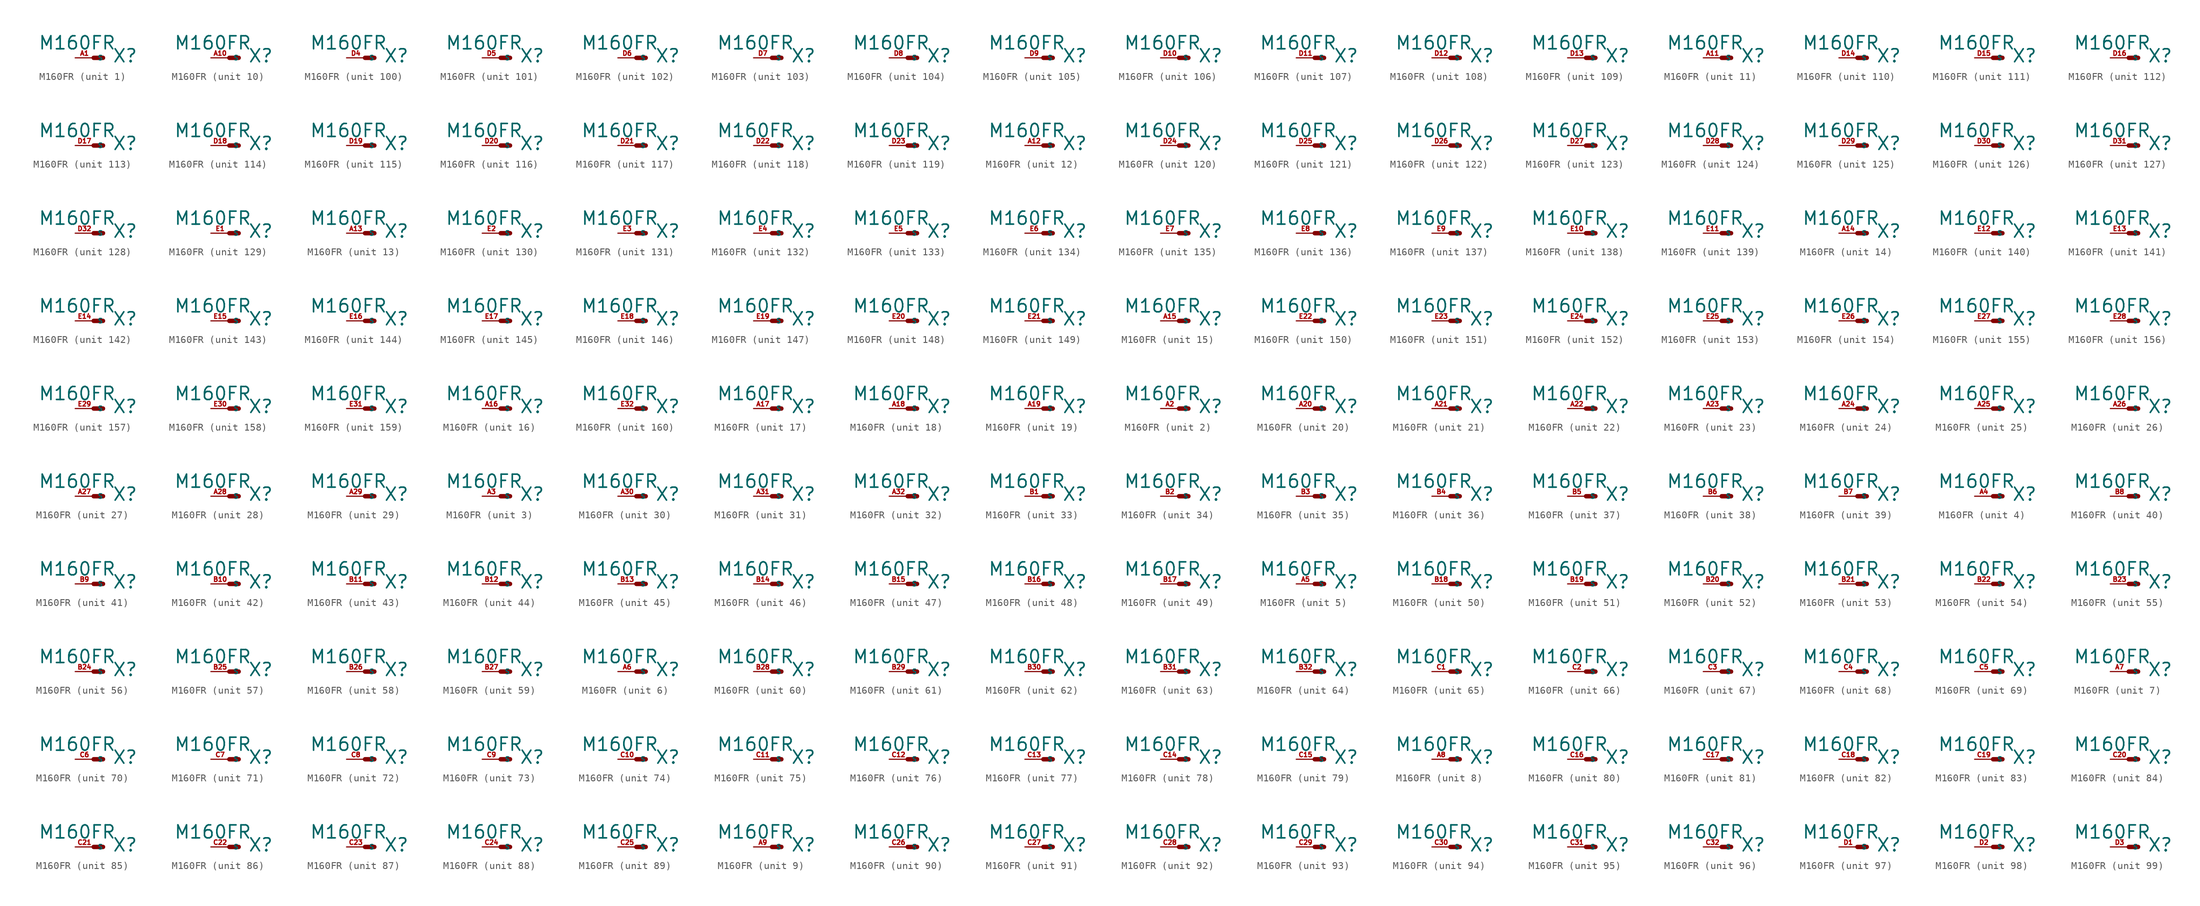
<source format=kicad_sym>
(kicad_symbol_lib
  (version 20220914)
  (generator Eagle2Kicad)
  (symbol "M160FR"
    (property "Reference" "X"
      (at 2.54 -0.762 0)
      (effects (font (size 1.778 1.778) (thickness 0.22)) (justify left bottom)))
    (property "Value" "M160FR"
      (at -7.62 1.016 0)
      (effects (font (size 1.778 1.778) (thickness 0.22)) (justify left bottom)))
    (symbol "M160FR_1_0"
      (polyline (pts (xy 0 0) (xy 1.27 0)) (stroke (width 0.61) (type default)) (fill (type none)))
      (pin passive line (at -2.54 0 0) (length 2.54) (name "S" (effects (font (size 0.635 0.635) (thickness 0.08)) (justify left bottom))) (number "A1" (effects (font (size 0.635 0.635) (thickness 0.08)) (justify left bottom)))))
    (symbol "M160FR_2_0"
      (polyline (pts (xy 0 0) (xy 1.27 0)) (stroke (width 0.61) (type default)) (fill (type none)))
      (pin passive line (at -2.54 0 0) (length 2.54) (name "S" (effects (font (size 0.635 0.635) (thickness 0.08)) (justify left bottom))) (number "A2" (effects (font (size 0.635 0.635) (thickness 0.08)) (justify left bottom)))))
    (symbol "M160FR_3_0"
      (polyline (pts (xy 0 0) (xy 1.27 0)) (stroke (width 0.61) (type default)) (fill (type none)))
      (pin passive line (at -2.54 0 0) (length 2.54) (name "S" (effects (font (size 0.635 0.635) (thickness 0.08)) (justify left bottom))) (number "A3" (effects (font (size 0.635 0.635) (thickness 0.08)) (justify left bottom)))))
    (symbol "M160FR_4_0"
      (polyline (pts (xy 0 0) (xy 1.27 0)) (stroke (width 0.61) (type default)) (fill (type none)))
      (pin passive line (at -2.54 0 0) (length 2.54) (name "S" (effects (font (size 0.635 0.635) (thickness 0.08)) (justify left bottom))) (number "A4" (effects (font (size 0.635 0.635) (thickness 0.08)) (justify left bottom)))))
    (symbol "M160FR_5_0"
      (polyline (pts (xy 0 0) (xy 1.27 0)) (stroke (width 0.61) (type default)) (fill (type none)))
      (pin passive line (at -2.54 0 0) (length 2.54) (name "S" (effects (font (size 0.635 0.635) (thickness 0.08)) (justify left bottom))) (number "A5" (effects (font (size 0.635 0.635) (thickness 0.08)) (justify left bottom)))))
    (symbol "M160FR_6_0"
      (polyline (pts (xy 0 0) (xy 1.27 0)) (stroke (width 0.61) (type default)) (fill (type none)))
      (pin passive line (at -2.54 0 0) (length 2.54) (name "S" (effects (font (size 0.635 0.635) (thickness 0.08)) (justify left bottom))) (number "A6" (effects (font (size 0.635 0.635) (thickness 0.08)) (justify left bottom)))))
    (symbol "M160FR_7_0"
      (polyline (pts (xy 0 0) (xy 1.27 0)) (stroke (width 0.61) (type default)) (fill (type none)))
      (pin passive line (at -2.54 0 0) (length 2.54) (name "S" (effects (font (size 0.635 0.635) (thickness 0.08)) (justify left bottom))) (number "A7" (effects (font (size 0.635 0.635) (thickness 0.08)) (justify left bottom)))))
    (symbol "M160FR_8_0"
      (polyline (pts (xy 0 0) (xy 1.27 0)) (stroke (width 0.61) (type default)) (fill (type none)))
      (pin passive line (at -2.54 0 0) (length 2.54) (name "S" (effects (font (size 0.635 0.635) (thickness 0.08)) (justify left bottom))) (number "A8" (effects (font (size 0.635 0.635) (thickness 0.08)) (justify left bottom)))))
    (symbol "M160FR_9_0"
      (polyline (pts (xy 0 0) (xy 1.27 0)) (stroke (width 0.61) (type default)) (fill (type none)))
      (pin passive line (at -2.54 0 0) (length 2.54) (name "S" (effects (font (size 0.635 0.635) (thickness 0.08)) (justify left bottom))) (number "A9" (effects (font (size 0.635 0.635) (thickness 0.08)) (justify left bottom)))))
    (symbol "M160FR_10_0"
      (polyline (pts (xy 0 0) (xy 1.27 0)) (stroke (width 0.61) (type default)) (fill (type none)))
      (pin passive line (at -2.54 0 0) (length 2.54) (name "S" (effects (font (size 0.635 0.635) (thickness 0.08)) (justify left bottom))) (number "A10" (effects (font (size 0.635 0.635) (thickness 0.08)) (justify left bottom)))))
    (symbol "M160FR_11_0"
      (polyline (pts (xy 0 0) (xy 1.27 0)) (stroke (width 0.61) (type default)) (fill (type none)))
      (pin passive line (at -2.54 0 0) (length 2.54) (name "S" (effects (font (size 0.635 0.635) (thickness 0.08)) (justify left bottom))) (number "A11" (effects (font (size 0.635 0.635) (thickness 0.08)) (justify left bottom)))))
    (symbol "M160FR_12_0"
      (polyline (pts (xy 0 0) (xy 1.27 0)) (stroke (width 0.61) (type default)) (fill (type none)))
      (pin passive line (at -2.54 0 0) (length 2.54) (name "S" (effects (font (size 0.635 0.635) (thickness 0.08)) (justify left bottom))) (number "A12" (effects (font (size 0.635 0.635) (thickness 0.08)) (justify left bottom)))))
    (symbol "M160FR_13_0"
      (polyline (pts (xy 0 0) (xy 1.27 0)) (stroke (width 0.61) (type default)) (fill (type none)))
      (pin passive line (at -2.54 0 0) (length 2.54) (name "S" (effects (font (size 0.635 0.635) (thickness 0.08)) (justify left bottom))) (number "A13" (effects (font (size 0.635 0.635) (thickness 0.08)) (justify left bottom)))))
    (symbol "M160FR_14_0"
      (polyline (pts (xy 0 0) (xy 1.27 0)) (stroke (width 0.61) (type default)) (fill (type none)))
      (pin passive line (at -2.54 0 0) (length 2.54) (name "S" (effects (font (size 0.635 0.635) (thickness 0.08)) (justify left bottom))) (number "A14" (effects (font (size 0.635 0.635) (thickness 0.08)) (justify left bottom)))))
    (symbol "M160FR_15_0"
      (polyline (pts (xy 0 0) (xy 1.27 0)) (stroke (width 0.61) (type default)) (fill (type none)))
      (pin passive line (at -2.54 0 0) (length 2.54) (name "S" (effects (font (size 0.635 0.635) (thickness 0.08)) (justify left bottom))) (number "A15" (effects (font (size 0.635 0.635) (thickness 0.08)) (justify left bottom)))))
    (symbol "M160FR_16_0"
      (polyline (pts (xy 0 0) (xy 1.27 0)) (stroke (width 0.61) (type default)) (fill (type none)))
      (pin passive line (at -2.54 0 0) (length 2.54) (name "S" (effects (font (size 0.635 0.635) (thickness 0.08)) (justify left bottom))) (number "A16" (effects (font (size 0.635 0.635) (thickness 0.08)) (justify left bottom)))))
    (symbol "M160FR_17_0"
      (polyline (pts (xy 0 0) (xy 1.27 0)) (stroke (width 0.61) (type default)) (fill (type none)))
      (pin passive line (at -2.54 0 0) (length 2.54) (name "S" (effects (font (size 0.635 0.635) (thickness 0.08)) (justify left bottom))) (number "A17" (effects (font (size 0.635 0.635) (thickness 0.08)) (justify left bottom)))))
    (symbol "M160FR_18_0"
      (polyline (pts (xy 0 0) (xy 1.27 0)) (stroke (width 0.61) (type default)) (fill (type none)))
      (pin passive line (at -2.54 0 0) (length 2.54) (name "S" (effects (font (size 0.635 0.635) (thickness 0.08)) (justify left bottom))) (number "A18" (effects (font (size 0.635 0.635) (thickness 0.08)) (justify left bottom)))))
    (symbol "M160FR_19_0"
      (polyline (pts (xy 0 0) (xy 1.27 0)) (stroke (width 0.61) (type default)) (fill (type none)))
      (pin passive line (at -2.54 0 0) (length 2.54) (name "S" (effects (font (size 0.635 0.635) (thickness 0.08)) (justify left bottom))) (number "A19" (effects (font (size 0.635 0.635) (thickness 0.08)) (justify left bottom)))))
    (symbol "M160FR_20_0"
      (polyline (pts (xy 0 0) (xy 1.27 0)) (stroke (width 0.61) (type default)) (fill (type none)))
      (pin passive line (at -2.54 0 0) (length 2.54) (name "S" (effects (font (size 0.635 0.635) (thickness 0.08)) (justify left bottom))) (number "A20" (effects (font (size 0.635 0.635) (thickness 0.08)) (justify left bottom)))))
    (symbol "M160FR_21_0"
      (polyline (pts (xy 0 0) (xy 1.27 0)) (stroke (width 0.61) (type default)) (fill (type none)))
      (pin passive line (at -2.54 0 0) (length 2.54) (name "S" (effects (font (size 0.635 0.635) (thickness 0.08)) (justify left bottom))) (number "A21" (effects (font (size 0.635 0.635) (thickness 0.08)) (justify left bottom)))))
    (symbol "M160FR_22_0"
      (polyline (pts (xy 0 0) (xy 1.27 0)) (stroke (width 0.61) (type default)) (fill (type none)))
      (pin passive line (at -2.54 0 0) (length 2.54) (name "S" (effects (font (size 0.635 0.635) (thickness 0.08)) (justify left bottom))) (number "A22" (effects (font (size 0.635 0.635) (thickness 0.08)) (justify left bottom)))))
    (symbol "M160FR_23_0"
      (polyline (pts (xy 0 0) (xy 1.27 0)) (stroke (width 0.61) (type default)) (fill (type none)))
      (pin passive line (at -2.54 0 0) (length 2.54) (name "S" (effects (font (size 0.635 0.635) (thickness 0.08)) (justify left bottom))) (number "A23" (effects (font (size 0.635 0.635) (thickness 0.08)) (justify left bottom)))))
    (symbol "M160FR_24_0"
      (polyline (pts (xy 0 0) (xy 1.27 0)) (stroke (width 0.61) (type default)) (fill (type none)))
      (pin passive line (at -2.54 0 0) (length 2.54) (name "S" (effects (font (size 0.635 0.635) (thickness 0.08)) (justify left bottom))) (number "A24" (effects (font (size 0.635 0.635) (thickness 0.08)) (justify left bottom)))))
    (symbol "M160FR_25_0"
      (polyline (pts (xy 0 0) (xy 1.27 0)) (stroke (width 0.61) (type default)) (fill (type none)))
      (pin passive line (at -2.54 0 0) (length 2.54) (name "S" (effects (font (size 0.635 0.635) (thickness 0.08)) (justify left bottom))) (number "A25" (effects (font (size 0.635 0.635) (thickness 0.08)) (justify left bottom)))))
    (symbol "M160FR_26_0"
      (polyline (pts (xy 0 0) (xy 1.27 0)) (stroke (width 0.61) (type default)) (fill (type none)))
      (pin passive line (at -2.54 0 0) (length 2.54) (name "S" (effects (font (size 0.635 0.635) (thickness 0.08)) (justify left bottom))) (number "A26" (effects (font (size 0.635 0.635) (thickness 0.08)) (justify left bottom)))))
    (symbol "M160FR_27_0"
      (polyline (pts (xy 0 0) (xy 1.27 0)) (stroke (width 0.61) (type default)) (fill (type none)))
      (pin passive line (at -2.54 0 0) (length 2.54) (name "S" (effects (font (size 0.635 0.635) (thickness 0.08)) (justify left bottom))) (number "A27" (effects (font (size 0.635 0.635) (thickness 0.08)) (justify left bottom)))))
    (symbol "M160FR_28_0"
      (polyline (pts (xy 0 0) (xy 1.27 0)) (stroke (width 0.61) (type default)) (fill (type none)))
      (pin passive line (at -2.54 0 0) (length 2.54) (name "S" (effects (font (size 0.635 0.635) (thickness 0.08)) (justify left bottom))) (number "A28" (effects (font (size 0.635 0.635) (thickness 0.08)) (justify left bottom)))))
    (symbol "M160FR_29_0"
      (polyline (pts (xy 0 0) (xy 1.27 0)) (stroke (width 0.61) (type default)) (fill (type none)))
      (pin passive line (at -2.54 0 0) (length 2.54) (name "S" (effects (font (size 0.635 0.635) (thickness 0.08)) (justify left bottom))) (number "A29" (effects (font (size 0.635 0.635) (thickness 0.08)) (justify left bottom)))))
    (symbol "M160FR_30_0"
      (polyline (pts (xy 0 0) (xy 1.27 0)) (stroke (width 0.61) (type default)) (fill (type none)))
      (pin passive line (at -2.54 0 0) (length 2.54) (name "S" (effects (font (size 0.635 0.635) (thickness 0.08)) (justify left bottom))) (number "A30" (effects (font (size 0.635 0.635) (thickness 0.08)) (justify left bottom)))))
    (symbol "M160FR_31_0"
      (polyline (pts (xy 0 0) (xy 1.27 0)) (stroke (width 0.61) (type default)) (fill (type none)))
      (pin passive line (at -2.54 0 0) (length 2.54) (name "S" (effects (font (size 0.635 0.635) (thickness 0.08)) (justify left bottom))) (number "A31" (effects (font (size 0.635 0.635) (thickness 0.08)) (justify left bottom)))))
    (symbol "M160FR_32_0"
      (polyline (pts (xy 0 0) (xy 1.27 0)) (stroke (width 0.61) (type default)) (fill (type none)))
      (pin passive line (at -2.54 0 0) (length 2.54) (name "S" (effects (font (size 0.635 0.635) (thickness 0.08)) (justify left bottom))) (number "A32" (effects (font (size 0.635 0.635) (thickness 0.08)) (justify left bottom)))))
    (symbol "M160FR_33_0"
      (polyline (pts (xy 0 0) (xy 1.27 0)) (stroke (width 0.61) (type default)) (fill (type none)))
      (pin passive line (at -2.54 0 0) (length 2.54) (name "S" (effects (font (size 0.635 0.635) (thickness 0.08)) (justify left bottom))) (number "B1" (effects (font (size 0.635 0.635) (thickness 0.08)) (justify left bottom)))))
    (symbol "M160FR_34_0"
      (polyline (pts (xy 0 0) (xy 1.27 0)) (stroke (width 0.61) (type default)) (fill (type none)))
      (pin passive line (at -2.54 0 0) (length 2.54) (name "S" (effects (font (size 0.635 0.635) (thickness 0.08)) (justify left bottom))) (number "B2" (effects (font (size 0.635 0.635) (thickness 0.08)) (justify left bottom)))))
    (symbol "M160FR_35_0"
      (polyline (pts (xy 0 0) (xy 1.27 0)) (stroke (width 0.61) (type default)) (fill (type none)))
      (pin passive line (at -2.54 0 0) (length 2.54) (name "S" (effects (font (size 0.635 0.635) (thickness 0.08)) (justify left bottom))) (number "B3" (effects (font (size 0.635 0.635) (thickness 0.08)) (justify left bottom)))))
    (symbol "M160FR_36_0"
      (polyline (pts (xy 0 0) (xy 1.27 0)) (stroke (width 0.61) (type default)) (fill (type none)))
      (pin passive line (at -2.54 0 0) (length 2.54) (name "S" (effects (font (size 0.635 0.635) (thickness 0.08)) (justify left bottom))) (number "B4" (effects (font (size 0.635 0.635) (thickness 0.08)) (justify left bottom)))))
    (symbol "M160FR_37_0"
      (polyline (pts (xy 0 0) (xy 1.27 0)) (stroke (width 0.61) (type default)) (fill (type none)))
      (pin passive line (at -2.54 0 0) (length 2.54) (name "S" (effects (font (size 0.635 0.635) (thickness 0.08)) (justify left bottom))) (number "B5" (effects (font (size 0.635 0.635) (thickness 0.08)) (justify left bottom)))))
    (symbol "M160FR_38_0"
      (polyline (pts (xy 0 0) (xy 1.27 0)) (stroke (width 0.61) (type default)) (fill (type none)))
      (pin passive line (at -2.54 0 0) (length 2.54) (name "S" (effects (font (size 0.635 0.635) (thickness 0.08)) (justify left bottom))) (number "B6" (effects (font (size 0.635 0.635) (thickness 0.08)) (justify left bottom)))))
    (symbol "M160FR_39_0"
      (polyline (pts (xy 0 0) (xy 1.27 0)) (stroke (width 0.61) (type default)) (fill (type none)))
      (pin passive line (at -2.54 0 0) (length 2.54) (name "S" (effects (font (size 0.635 0.635) (thickness 0.08)) (justify left bottom))) (number "B7" (effects (font (size 0.635 0.635) (thickness 0.08)) (justify left bottom)))))
    (symbol "M160FR_40_0"
      (polyline (pts (xy 0 0) (xy 1.27 0)) (stroke (width 0.61) (type default)) (fill (type none)))
      (pin passive line (at -2.54 0 0) (length 2.54) (name "S" (effects (font (size 0.635 0.635) (thickness 0.08)) (justify left bottom))) (number "B8" (effects (font (size 0.635 0.635) (thickness 0.08)) (justify left bottom)))))
    (symbol "M160FR_41_0"
      (polyline (pts (xy 0 0) (xy 1.27 0)) (stroke (width 0.61) (type default)) (fill (type none)))
      (pin passive line (at -2.54 0 0) (length 2.54) (name "S" (effects (font (size 0.635 0.635) (thickness 0.08)) (justify left bottom))) (number "B9" (effects (font (size 0.635 0.635) (thickness 0.08)) (justify left bottom)))))
    (symbol "M160FR_42_0"
      (polyline (pts (xy 0 0) (xy 1.27 0)) (stroke (width 0.61) (type default)) (fill (type none)))
      (pin passive line (at -2.54 0 0) (length 2.54) (name "S" (effects (font (size 0.635 0.635) (thickness 0.08)) (justify left bottom))) (number "B10" (effects (font (size 0.635 0.635) (thickness 0.08)) (justify left bottom)))))
    (symbol "M160FR_43_0"
      (polyline (pts (xy 0 0) (xy 1.27 0)) (stroke (width 0.61) (type default)) (fill (type none)))
      (pin passive line (at -2.54 0 0) (length 2.54) (name "S" (effects (font (size 0.635 0.635) (thickness 0.08)) (justify left bottom))) (number "B11" (effects (font (size 0.635 0.635) (thickness 0.08)) (justify left bottom)))))
    (symbol "M160FR_44_0"
      (polyline (pts (xy 0 0) (xy 1.27 0)) (stroke (width 0.61) (type default)) (fill (type none)))
      (pin passive line (at -2.54 0 0) (length 2.54) (name "S" (effects (font (size 0.635 0.635) (thickness 0.08)) (justify left bottom))) (number "B12" (effects (font (size 0.635 0.635) (thickness 0.08)) (justify left bottom)))))
    (symbol "M160FR_45_0"
      (polyline (pts (xy 0 0) (xy 1.27 0)) (stroke (width 0.61) (type default)) (fill (type none)))
      (pin passive line (at -2.54 0 0) (length 2.54) (name "S" (effects (font (size 0.635 0.635) (thickness 0.08)) (justify left bottom))) (number "B13" (effects (font (size 0.635 0.635) (thickness 0.08)) (justify left bottom)))))
    (symbol "M160FR_46_0"
      (polyline (pts (xy 0 0) (xy 1.27 0)) (stroke (width 0.61) (type default)) (fill (type none)))
      (pin passive line (at -2.54 0 0) (length 2.54) (name "S" (effects (font (size 0.635 0.635) (thickness 0.08)) (justify left bottom))) (number "B14" (effects (font (size 0.635 0.635) (thickness 0.08)) (justify left bottom)))))
    (symbol "M160FR_47_0"
      (polyline (pts (xy 0 0) (xy 1.27 0)) (stroke (width 0.61) (type default)) (fill (type none)))
      (pin passive line (at -2.54 0 0) (length 2.54) (name "S" (effects (font (size 0.635 0.635) (thickness 0.08)) (justify left bottom))) (number "B15" (effects (font (size 0.635 0.635) (thickness 0.08)) (justify left bottom)))))
    (symbol "M160FR_48_0"
      (polyline (pts (xy 0 0) (xy 1.27 0)) (stroke (width 0.61) (type default)) (fill (type none)))
      (pin passive line (at -2.54 0 0) (length 2.54) (name "S" (effects (font (size 0.635 0.635) (thickness 0.08)) (justify left bottom))) (number "B16" (effects (font (size 0.635 0.635) (thickness 0.08)) (justify left bottom)))))
    (symbol "M160FR_49_0"
      (polyline (pts (xy 0 0) (xy 1.27 0)) (stroke (width 0.61) (type default)) (fill (type none)))
      (pin passive line (at -2.54 0 0) (length 2.54) (name "S" (effects (font (size 0.635 0.635) (thickness 0.08)) (justify left bottom))) (number "B17" (effects (font (size 0.635 0.635) (thickness 0.08)) (justify left bottom)))))
    (symbol "M160FR_50_0"
      (polyline (pts (xy 0 0) (xy 1.27 0)) (stroke (width 0.61) (type default)) (fill (type none)))
      (pin passive line (at -2.54 0 0) (length 2.54) (name "S" (effects (font (size 0.635 0.635) (thickness 0.08)) (justify left bottom))) (number "B18" (effects (font (size 0.635 0.635) (thickness 0.08)) (justify left bottom)))))
    (symbol "M160FR_51_0"
      (polyline (pts (xy 0 0) (xy 1.27 0)) (stroke (width 0.61) (type default)) (fill (type none)))
      (pin passive line (at -2.54 0 0) (length 2.54) (name "S" (effects (font (size 0.635 0.635) (thickness 0.08)) (justify left bottom))) (number "B19" (effects (font (size 0.635 0.635) (thickness 0.08)) (justify left bottom)))))
    (symbol "M160FR_52_0"
      (polyline (pts (xy 0 0) (xy 1.27 0)) (stroke (width 0.61) (type default)) (fill (type none)))
      (pin passive line (at -2.54 0 0) (length 2.54) (name "S" (effects (font (size 0.635 0.635) (thickness 0.08)) (justify left bottom))) (number "B20" (effects (font (size 0.635 0.635) (thickness 0.08)) (justify left bottom)))))
    (symbol "M160FR_53_0"
      (polyline (pts (xy 0 0) (xy 1.27 0)) (stroke (width 0.61) (type default)) (fill (type none)))
      (pin passive line (at -2.54 0 0) (length 2.54) (name "S" (effects (font (size 0.635 0.635) (thickness 0.08)) (justify left bottom))) (number "B21" (effects (font (size 0.635 0.635) (thickness 0.08)) (justify left bottom)))))
    (symbol "M160FR_54_0"
      (polyline (pts (xy 0 0) (xy 1.27 0)) (stroke (width 0.61) (type default)) (fill (type none)))
      (pin passive line (at -2.54 0 0) (length 2.54) (name "S" (effects (font (size 0.635 0.635) (thickness 0.08)) (justify left bottom))) (number "B22" (effects (font (size 0.635 0.635) (thickness 0.08)) (justify left bottom)))))
    (symbol "M160FR_55_0"
      (polyline (pts (xy 0 0) (xy 1.27 0)) (stroke (width 0.61) (type default)) (fill (type none)))
      (pin passive line (at -2.54 0 0) (length 2.54) (name "S" (effects (font (size 0.635 0.635) (thickness 0.08)) (justify left bottom))) (number "B23" (effects (font (size 0.635 0.635) (thickness 0.08)) (justify left bottom)))))
    (symbol "M160FR_56_0"
      (polyline (pts (xy 0 0) (xy 1.27 0)) (stroke (width 0.61) (type default)) (fill (type none)))
      (pin passive line (at -2.54 0 0) (length 2.54) (name "S" (effects (font (size 0.635 0.635) (thickness 0.08)) (justify left bottom))) (number "B24" (effects (font (size 0.635 0.635) (thickness 0.08)) (justify left bottom)))))
    (symbol "M160FR_57_0"
      (polyline (pts (xy 0 0) (xy 1.27 0)) (stroke (width 0.61) (type default)) (fill (type none)))
      (pin passive line (at -2.54 0 0) (length 2.54) (name "S" (effects (font (size 0.635 0.635) (thickness 0.08)) (justify left bottom))) (number "B25" (effects (font (size 0.635 0.635) (thickness 0.08)) (justify left bottom)))))
    (symbol "M160FR_58_0"
      (polyline (pts (xy 0 0) (xy 1.27 0)) (stroke (width 0.61) (type default)) (fill (type none)))
      (pin passive line (at -2.54 0 0) (length 2.54) (name "S" (effects (font (size 0.635 0.635) (thickness 0.08)) (justify left bottom))) (number "B26" (effects (font (size 0.635 0.635) (thickness 0.08)) (justify left bottom)))))
    (symbol "M160FR_59_0"
      (polyline (pts (xy 0 0) (xy 1.27 0)) (stroke (width 0.61) (type default)) (fill (type none)))
      (pin passive line (at -2.54 0 0) (length 2.54) (name "S" (effects (font (size 0.635 0.635) (thickness 0.08)) (justify left bottom))) (number "B27" (effects (font (size 0.635 0.635) (thickness 0.08)) (justify left bottom)))))
    (symbol "M160FR_60_0"
      (polyline (pts (xy 0 0) (xy 1.27 0)) (stroke (width 0.61) (type default)) (fill (type none)))
      (pin passive line (at -2.54 0 0) (length 2.54) (name "S" (effects (font (size 0.635 0.635) (thickness 0.08)) (justify left bottom))) (number "B28" (effects (font (size 0.635 0.635) (thickness 0.08)) (justify left bottom)))))
    (symbol "M160FR_61_0"
      (polyline (pts (xy 0 0) (xy 1.27 0)) (stroke (width 0.61) (type default)) (fill (type none)))
      (pin passive line (at -2.54 0 0) (length 2.54) (name "S" (effects (font (size 0.635 0.635) (thickness 0.08)) (justify left bottom))) (number "B29" (effects (font (size 0.635 0.635) (thickness 0.08)) (justify left bottom)))))
    (symbol "M160FR_62_0"
      (polyline (pts (xy 0 0) (xy 1.27 0)) (stroke (width 0.61) (type default)) (fill (type none)))
      (pin passive line (at -2.54 0 0) (length 2.54) (name "S" (effects (font (size 0.635 0.635) (thickness 0.08)) (justify left bottom))) (number "B30" (effects (font (size 0.635 0.635) (thickness 0.08)) (justify left bottom)))))
    (symbol "M160FR_63_0"
      (polyline (pts (xy 0 0) (xy 1.27 0)) (stroke (width 0.61) (type default)) (fill (type none)))
      (pin passive line (at -2.54 0 0) (length 2.54) (name "S" (effects (font (size 0.635 0.635) (thickness 0.08)) (justify left bottom))) (number "B31" (effects (font (size 0.635 0.635) (thickness 0.08)) (justify left bottom)))))
    (symbol "M160FR_64_0"
      (polyline (pts (xy 0 0) (xy 1.27 0)) (stroke (width 0.61) (type default)) (fill (type none)))
      (pin passive line (at -2.54 0 0) (length 2.54) (name "S" (effects (font (size 0.635 0.635) (thickness 0.08)) (justify left bottom))) (number "B32" (effects (font (size 0.635 0.635) (thickness 0.08)) (justify left bottom)))))
    (symbol "M160FR_65_0"
      (polyline (pts (xy 0 0) (xy 1.27 0)) (stroke (width 0.61) (type default)) (fill (type none)))
      (pin passive line (at -2.54 0 0) (length 2.54) (name "S" (effects (font (size 0.635 0.635) (thickness 0.08)) (justify left bottom))) (number "C1" (effects (font (size 0.635 0.635) (thickness 0.08)) (justify left bottom)))))
    (symbol "M160FR_66_0"
      (polyline (pts (xy 0 0) (xy 1.27 0)) (stroke (width 0.61) (type default)) (fill (type none)))
      (pin passive line (at -2.54 0 0) (length 2.54) (name "S" (effects (font (size 0.635 0.635) (thickness 0.08)) (justify left bottom))) (number "C2" (effects (font (size 0.635 0.635) (thickness 0.08)) (justify left bottom)))))
    (symbol "M160FR_67_0"
      (polyline (pts (xy 0 0) (xy 1.27 0)) (stroke (width 0.61) (type default)) (fill (type none)))
      (pin passive line (at -2.54 0 0) (length 2.54) (name "S" (effects (font (size 0.635 0.635) (thickness 0.08)) (justify left bottom))) (number "C3" (effects (font (size 0.635 0.635) (thickness 0.08)) (justify left bottom)))))
    (symbol "M160FR_68_0"
      (polyline (pts (xy 0 0) (xy 1.27 0)) (stroke (width 0.61) (type default)) (fill (type none)))
      (pin passive line (at -2.54 0 0) (length 2.54) (name "S" (effects (font (size 0.635 0.635) (thickness 0.08)) (justify left bottom))) (number "C4" (effects (font (size 0.635 0.635) (thickness 0.08)) (justify left bottom)))))
    (symbol "M160FR_69_0"
      (polyline (pts (xy 0 0) (xy 1.27 0)) (stroke (width 0.61) (type default)) (fill (type none)))
      (pin passive line (at -2.54 0 0) (length 2.54) (name "S" (effects (font (size 0.635 0.635) (thickness 0.08)) (justify left bottom))) (number "C5" (effects (font (size 0.635 0.635) (thickness 0.08)) (justify left bottom)))))
    (symbol "M160FR_70_0"
      (polyline (pts (xy 0 0) (xy 1.27 0)) (stroke (width 0.61) (type default)) (fill (type none)))
      (pin passive line (at -2.54 0 0) (length 2.54) (name "S" (effects (font (size 0.635 0.635) (thickness 0.08)) (justify left bottom))) (number "C6" (effects (font (size 0.635 0.635) (thickness 0.08)) (justify left bottom)))))
    (symbol "M160FR_71_0"
      (polyline (pts (xy 0 0) (xy 1.27 0)) (stroke (width 0.61) (type default)) (fill (type none)))
      (pin passive line (at -2.54 0 0) (length 2.54) (name "S" (effects (font (size 0.635 0.635) (thickness 0.08)) (justify left bottom))) (number "C7" (effects (font (size 0.635 0.635) (thickness 0.08)) (justify left bottom)))))
    (symbol "M160FR_72_0"
      (polyline (pts (xy 0 0) (xy 1.27 0)) (stroke (width 0.61) (type default)) (fill (type none)))
      (pin passive line (at -2.54 0 0) (length 2.54) (name "S" (effects (font (size 0.635 0.635) (thickness 0.08)) (justify left bottom))) (number "C8" (effects (font (size 0.635 0.635) (thickness 0.08)) (justify left bottom)))))
    (symbol "M160FR_73_0"
      (polyline (pts (xy 0 0) (xy 1.27 0)) (stroke (width 0.61) (type default)) (fill (type none)))
      (pin passive line (at -2.54 0 0) (length 2.54) (name "S" (effects (font (size 0.635 0.635) (thickness 0.08)) (justify left bottom))) (number "C9" (effects (font (size 0.635 0.635) (thickness 0.08)) (justify left bottom)))))
    (symbol "M160FR_74_0"
      (polyline (pts (xy 0 0) (xy 1.27 0)) (stroke (width 0.61) (type default)) (fill (type none)))
      (pin passive line (at -2.54 0 0) (length 2.54) (name "S" (effects (font (size 0.635 0.635) (thickness 0.08)) (justify left bottom))) (number "C10" (effects (font (size 0.635 0.635) (thickness 0.08)) (justify left bottom)))))
    (symbol "M160FR_75_0"
      (polyline (pts (xy 0 0) (xy 1.27 0)) (stroke (width 0.61) (type default)) (fill (type none)))
      (pin passive line (at -2.54 0 0) (length 2.54) (name "S" (effects (font (size 0.635 0.635) (thickness 0.08)) (justify left bottom))) (number "C11" (effects (font (size 0.635 0.635) (thickness 0.08)) (justify left bottom)))))
    (symbol "M160FR_76_0"
      (polyline (pts (xy 0 0) (xy 1.27 0)) (stroke (width 0.61) (type default)) (fill (type none)))
      (pin passive line (at -2.54 0 0) (length 2.54) (name "S" (effects (font (size 0.635 0.635) (thickness 0.08)) (justify left bottom))) (number "C12" (effects (font (size 0.635 0.635) (thickness 0.08)) (justify left bottom)))))
    (symbol "M160FR_77_0"
      (polyline (pts (xy 0 0) (xy 1.27 0)) (stroke (width 0.61) (type default)) (fill (type none)))
      (pin passive line (at -2.54 0 0) (length 2.54) (name "S" (effects (font (size 0.635 0.635) (thickness 0.08)) (justify left bottom))) (number "C13" (effects (font (size 0.635 0.635) (thickness 0.08)) (justify left bottom)))))
    (symbol "M160FR_78_0"
      (polyline (pts (xy 0 0) (xy 1.27 0)) (stroke (width 0.61) (type default)) (fill (type none)))
      (pin passive line (at -2.54 0 0) (length 2.54) (name "S" (effects (font (size 0.635 0.635) (thickness 0.08)) (justify left bottom))) (number "C14" (effects (font (size 0.635 0.635) (thickness 0.08)) (justify left bottom)))))
    (symbol "M160FR_79_0"
      (polyline (pts (xy 0 0) (xy 1.27 0)) (stroke (width 0.61) (type default)) (fill (type none)))
      (pin passive line (at -2.54 0 0) (length 2.54) (name "S" (effects (font (size 0.635 0.635) (thickness 0.08)) (justify left bottom))) (number "C15" (effects (font (size 0.635 0.635) (thickness 0.08)) (justify left bottom)))))
    (symbol "M160FR_80_0"
      (polyline (pts (xy 0 0) (xy 1.27 0)) (stroke (width 0.61) (type default)) (fill (type none)))
      (pin passive line (at -2.54 0 0) (length 2.54) (name "S" (effects (font (size 0.635 0.635) (thickness 0.08)) (justify left bottom))) (number "C16" (effects (font (size 0.635 0.635) (thickness 0.08)) (justify left bottom)))))
    (symbol "M160FR_81_0"
      (polyline (pts (xy 0 0) (xy 1.27 0)) (stroke (width 0.61) (type default)) (fill (type none)))
      (pin passive line (at -2.54 0 0) (length 2.54) (name "S" (effects (font (size 0.635 0.635) (thickness 0.08)) (justify left bottom))) (number "C17" (effects (font (size 0.635 0.635) (thickness 0.08)) (justify left bottom)))))
    (symbol "M160FR_82_0"
      (polyline (pts (xy 0 0) (xy 1.27 0)) (stroke (width 0.61) (type default)) (fill (type none)))
      (pin passive line (at -2.54 0 0) (length 2.54) (name "S" (effects (font (size 0.635 0.635) (thickness 0.08)) (justify left bottom))) (number "C18" (effects (font (size 0.635 0.635) (thickness 0.08)) (justify left bottom)))))
    (symbol "M160FR_83_0"
      (polyline (pts (xy 0 0) (xy 1.27 0)) (stroke (width 0.61) (type default)) (fill (type none)))
      (pin passive line (at -2.54 0 0) (length 2.54) (name "S" (effects (font (size 0.635 0.635) (thickness 0.08)) (justify left bottom))) (number "C19" (effects (font (size 0.635 0.635) (thickness 0.08)) (justify left bottom)))))
    (symbol "M160FR_84_0"
      (polyline (pts (xy 0 0) (xy 1.27 0)) (stroke (width 0.61) (type default)) (fill (type none)))
      (pin passive line (at -2.54 0 0) (length 2.54) (name "S" (effects (font (size 0.635 0.635) (thickness 0.08)) (justify left bottom))) (number "C20" (effects (font (size 0.635 0.635) (thickness 0.08)) (justify left bottom)))))
    (symbol "M160FR_85_0"
      (polyline (pts (xy 0 0) (xy 1.27 0)) (stroke (width 0.61) (type default)) (fill (type none)))
      (pin passive line (at -2.54 0 0) (length 2.54) (name "S" (effects (font (size 0.635 0.635) (thickness 0.08)) (justify left bottom))) (number "C21" (effects (font (size 0.635 0.635) (thickness 0.08)) (justify left bottom)))))
    (symbol "M160FR_86_0"
      (polyline (pts (xy 0 0) (xy 1.27 0)) (stroke (width 0.61) (type default)) (fill (type none)))
      (pin passive line (at -2.54 0 0) (length 2.54) (name "S" (effects (font (size 0.635 0.635) (thickness 0.08)) (justify left bottom))) (number "C22" (effects (font (size 0.635 0.635) (thickness 0.08)) (justify left bottom)))))
    (symbol "M160FR_87_0"
      (polyline (pts (xy 0 0) (xy 1.27 0)) (stroke (width 0.61) (type default)) (fill (type none)))
      (pin passive line (at -2.54 0 0) (length 2.54) (name "S" (effects (font (size 0.635 0.635) (thickness 0.08)) (justify left bottom))) (number "C23" (effects (font (size 0.635 0.635) (thickness 0.08)) (justify left bottom)))))
    (symbol "M160FR_88_0"
      (polyline (pts (xy 0 0) (xy 1.27 0)) (stroke (width 0.61) (type default)) (fill (type none)))
      (pin passive line (at -2.54 0 0) (length 2.54) (name "S" (effects (font (size 0.635 0.635) (thickness 0.08)) (justify left bottom))) (number "C24" (effects (font (size 0.635 0.635) (thickness 0.08)) (justify left bottom)))))
    (symbol "M160FR_89_0"
      (polyline (pts (xy 0 0) (xy 1.27 0)) (stroke (width 0.61) (type default)) (fill (type none)))
      (pin passive line (at -2.54 0 0) (length 2.54) (name "S" (effects (font (size 0.635 0.635) (thickness 0.08)) (justify left bottom))) (number "C25" (effects (font (size 0.635 0.635) (thickness 0.08)) (justify left bottom)))))
    (symbol "M160FR_90_0"
      (polyline (pts (xy 0 0) (xy 1.27 0)) (stroke (width 0.61) (type default)) (fill (type none)))
      (pin passive line (at -2.54 0 0) (length 2.54) (name "S" (effects (font (size 0.635 0.635) (thickness 0.08)) (justify left bottom))) (number "C26" (effects (font (size 0.635 0.635) (thickness 0.08)) (justify left bottom)))))
    (symbol "M160FR_91_0"
      (polyline (pts (xy 0 0) (xy 1.27 0)) (stroke (width 0.61) (type default)) (fill (type none)))
      (pin passive line (at -2.54 0 0) (length 2.54) (name "S" (effects (font (size 0.635 0.635) (thickness 0.08)) (justify left bottom))) (number "C27" (effects (font (size 0.635 0.635) (thickness 0.08)) (justify left bottom)))))
    (symbol "M160FR_92_0"
      (polyline (pts (xy 0 0) (xy 1.27 0)) (stroke (width 0.61) (type default)) (fill (type none)))
      (pin passive line (at -2.54 0 0) (length 2.54) (name "S" (effects (font (size 0.635 0.635) (thickness 0.08)) (justify left bottom))) (number "C28" (effects (font (size 0.635 0.635) (thickness 0.08)) (justify left bottom)))))
    (symbol "M160FR_93_0"
      (polyline (pts (xy 0 0) (xy 1.27 0)) (stroke (width 0.61) (type default)) (fill (type none)))
      (pin passive line (at -2.54 0 0) (length 2.54) (name "S" (effects (font (size 0.635 0.635) (thickness 0.08)) (justify left bottom))) (number "C29" (effects (font (size 0.635 0.635) (thickness 0.08)) (justify left bottom)))))
    (symbol "M160FR_94_0"
      (polyline (pts (xy 0 0) (xy 1.27 0)) (stroke (width 0.61) (type default)) (fill (type none)))
      (pin passive line (at -2.54 0 0) (length 2.54) (name "S" (effects (font (size 0.635 0.635) (thickness 0.08)) (justify left bottom))) (number "C30" (effects (font (size 0.635 0.635) (thickness 0.08)) (justify left bottom)))))
    (symbol "M160FR_95_0"
      (polyline (pts (xy 0 0) (xy 1.27 0)) (stroke (width 0.61) (type default)) (fill (type none)))
      (pin passive line (at -2.54 0 0) (length 2.54) (name "S" (effects (font (size 0.635 0.635) (thickness 0.08)) (justify left bottom))) (number "C31" (effects (font (size 0.635 0.635) (thickness 0.08)) (justify left bottom)))))
    (symbol "M160FR_96_0"
      (polyline (pts (xy 0 0) (xy 1.27 0)) (stroke (width 0.61) (type default)) (fill (type none)))
      (pin passive line (at -2.54 0 0) (length 2.54) (name "S" (effects (font (size 0.635 0.635) (thickness 0.08)) (justify left bottom))) (number "C32" (effects (font (size 0.635 0.635) (thickness 0.08)) (justify left bottom)))))
    (symbol "M160FR_97_0"
      (polyline (pts (xy 0 0) (xy 1.27 0)) (stroke (width 0.61) (type default)) (fill (type none)))
      (pin passive line (at -2.54 0 0) (length 2.54) (name "S" (effects (font (size 0.635 0.635) (thickness 0.08)) (justify left bottom))) (number "D1" (effects (font (size 0.635 0.635) (thickness 0.08)) (justify left bottom)))))
    (symbol "M160FR_98_0"
      (polyline (pts (xy 0 0) (xy 1.27 0)) (stroke (width 0.61) (type default)) (fill (type none)))
      (pin passive line (at -2.54 0 0) (length 2.54) (name "S" (effects (font (size 0.635 0.635) (thickness 0.08)) (justify left bottom))) (number "D2" (effects (font (size 0.635 0.635) (thickness 0.08)) (justify left bottom)))))
    (symbol "M160FR_99_0"
      (polyline (pts (xy 0 0) (xy 1.27 0)) (stroke (width 0.61) (type default)) (fill (type none)))
      (pin passive line (at -2.54 0 0) (length 2.54) (name "S" (effects (font (size 0.635 0.635) (thickness 0.08)) (justify left bottom))) (number "D3" (effects (font (size 0.635 0.635) (thickness 0.08)) (justify left bottom)))))
    (symbol "M160FR_100_0"
      (polyline (pts (xy 0 0) (xy 1.27 0)) (stroke (width 0.61) (type default)) (fill (type none)))
      (pin passive line (at -2.54 0 0) (length 2.54) (name "S" (effects (font (size 0.635 0.635) (thickness 0.08)) (justify left bottom))) (number "D4" (effects (font (size 0.635 0.635) (thickness 0.08)) (justify left bottom)))))
    (symbol "M160FR_101_0"
      (polyline (pts (xy 0 0) (xy 1.27 0)) (stroke (width 0.61) (type default)) (fill (type none)))
      (pin passive line (at -2.54 0 0) (length 2.54) (name "S" (effects (font (size 0.635 0.635) (thickness 0.08)) (justify left bottom))) (number "D5" (effects (font (size 0.635 0.635) (thickness 0.08)) (justify left bottom)))))
    (symbol "M160FR_102_0"
      (polyline (pts (xy 0 0) (xy 1.27 0)) (stroke (width 0.61) (type default)) (fill (type none)))
      (pin passive line (at -2.54 0 0) (length 2.54) (name "S" (effects (font (size 0.635 0.635) (thickness 0.08)) (justify left bottom))) (number "D6" (effects (font (size 0.635 0.635) (thickness 0.08)) (justify left bottom)))))
    (symbol "M160FR_103_0"
      (polyline (pts (xy 0 0) (xy 1.27 0)) (stroke (width 0.61) (type default)) (fill (type none)))
      (pin passive line (at -2.54 0 0) (length 2.54) (name "S" (effects (font (size 0.635 0.635) (thickness 0.08)) (justify left bottom))) (number "D7" (effects (font (size 0.635 0.635) (thickness 0.08)) (justify left bottom)))))
    (symbol "M160FR_104_0"
      (polyline (pts (xy 0 0) (xy 1.27 0)) (stroke (width 0.61) (type default)) (fill (type none)))
      (pin passive line (at -2.54 0 0) (length 2.54) (name "S" (effects (font (size 0.635 0.635) (thickness 0.08)) (justify left bottom))) (number "D8" (effects (font (size 0.635 0.635) (thickness 0.08)) (justify left bottom)))))
    (symbol "M160FR_105_0"
      (polyline (pts (xy 0 0) (xy 1.27 0)) (stroke (width 0.61) (type default)) (fill (type none)))
      (pin passive line (at -2.54 0 0) (length 2.54) (name "S" (effects (font (size 0.635 0.635) (thickness 0.08)) (justify left bottom))) (number "D9" (effects (font (size 0.635 0.635) (thickness 0.08)) (justify left bottom)))))
    (symbol "M160FR_106_0"
      (polyline (pts (xy 0 0) (xy 1.27 0)) (stroke (width 0.61) (type default)) (fill (type none)))
      (pin passive line (at -2.54 0 0) (length 2.54) (name "S" (effects (font (size 0.635 0.635) (thickness 0.08)) (justify left bottom))) (number "D10" (effects (font (size 0.635 0.635) (thickness 0.08)) (justify left bottom)))))
    (symbol "M160FR_107_0"
      (polyline (pts (xy 0 0) (xy 1.27 0)) (stroke (width 0.61) (type default)) (fill (type none)))
      (pin passive line (at -2.54 0 0) (length 2.54) (name "S" (effects (font (size 0.635 0.635) (thickness 0.08)) (justify left bottom))) (number "D11" (effects (font (size 0.635 0.635) (thickness 0.08)) (justify left bottom)))))
    (symbol "M160FR_108_0"
      (polyline (pts (xy 0 0) (xy 1.27 0)) (stroke (width 0.61) (type default)) (fill (type none)))
      (pin passive line (at -2.54 0 0) (length 2.54) (name "S" (effects (font (size 0.635 0.635) (thickness 0.08)) (justify left bottom))) (number "D12" (effects (font (size 0.635 0.635) (thickness 0.08)) (justify left bottom)))))
    (symbol "M160FR_109_0"
      (polyline (pts (xy 0 0) (xy 1.27 0)) (stroke (width 0.61) (type default)) (fill (type none)))
      (pin passive line (at -2.54 0 0) (length 2.54) (name "S" (effects (font (size 0.635 0.635) (thickness 0.08)) (justify left bottom))) (number "D13" (effects (font (size 0.635 0.635) (thickness 0.08)) (justify left bottom)))))
    (symbol "M160FR_110_0"
      (polyline (pts (xy 0 0) (xy 1.27 0)) (stroke (width 0.61) (type default)) (fill (type none)))
      (pin passive line (at -2.54 0 0) (length 2.54) (name "S" (effects (font (size 0.635 0.635) (thickness 0.08)) (justify left bottom))) (number "D14" (effects (font (size 0.635 0.635) (thickness 0.08)) (justify left bottom)))))
    (symbol "M160FR_111_0"
      (polyline (pts (xy 0 0) (xy 1.27 0)) (stroke (width 0.61) (type default)) (fill (type none)))
      (pin passive line (at -2.54 0 0) (length 2.54) (name "S" (effects (font (size 0.635 0.635) (thickness 0.08)) (justify left bottom))) (number "D15" (effects (font (size 0.635 0.635) (thickness 0.08)) (justify left bottom)))))
    (symbol "M160FR_112_0"
      (polyline (pts (xy 0 0) (xy 1.27 0)) (stroke (width 0.61) (type default)) (fill (type none)))
      (pin passive line (at -2.54 0 0) (length 2.54) (name "S" (effects (font (size 0.635 0.635) (thickness 0.08)) (justify left bottom))) (number "D16" (effects (font (size 0.635 0.635) (thickness 0.08)) (justify left bottom)))))
    (symbol "M160FR_113_0"
      (polyline (pts (xy 0 0) (xy 1.27 0)) (stroke (width 0.61) (type default)) (fill (type none)))
      (pin passive line (at -2.54 0 0) (length 2.54) (name "S" (effects (font (size 0.635 0.635) (thickness 0.08)) (justify left bottom))) (number "D17" (effects (font (size 0.635 0.635) (thickness 0.08)) (justify left bottom)))))
    (symbol "M160FR_114_0"
      (polyline (pts (xy 0 0) (xy 1.27 0)) (stroke (width 0.61) (type default)) (fill (type none)))
      (pin passive line (at -2.54 0 0) (length 2.54) (name "S" (effects (font (size 0.635 0.635) (thickness 0.08)) (justify left bottom))) (number "D18" (effects (font (size 0.635 0.635) (thickness 0.08)) (justify left bottom)))))
    (symbol "M160FR_115_0"
      (polyline (pts (xy 0 0) (xy 1.27 0)) (stroke (width 0.61) (type default)) (fill (type none)))
      (pin passive line (at -2.54 0 0) (length 2.54) (name "S" (effects (font (size 0.635 0.635) (thickness 0.08)) (justify left bottom))) (number "D19" (effects (font (size 0.635 0.635) (thickness 0.08)) (justify left bottom)))))
    (symbol "M160FR_116_0"
      (polyline (pts (xy 0 0) (xy 1.27 0)) (stroke (width 0.61) (type default)) (fill (type none)))
      (pin passive line (at -2.54 0 0) (length 2.54) (name "S" (effects (font (size 0.635 0.635) (thickness 0.08)) (justify left bottom))) (number "D20" (effects (font (size 0.635 0.635) (thickness 0.08)) (justify left bottom)))))
    (symbol "M160FR_117_0"
      (polyline (pts (xy 0 0) (xy 1.27 0)) (stroke (width 0.61) (type default)) (fill (type none)))
      (pin passive line (at -2.54 0 0) (length 2.54) (name "S" (effects (font (size 0.635 0.635) (thickness 0.08)) (justify left bottom))) (number "D21" (effects (font (size 0.635 0.635) (thickness 0.08)) (justify left bottom)))))
    (symbol "M160FR_118_0"
      (polyline (pts (xy 0 0) (xy 1.27 0)) (stroke (width 0.61) (type default)) (fill (type none)))
      (pin passive line (at -2.54 0 0) (length 2.54) (name "S" (effects (font (size 0.635 0.635) (thickness 0.08)) (justify left bottom))) (number "D22" (effects (font (size 0.635 0.635) (thickness 0.08)) (justify left bottom)))))
    (symbol "M160FR_119_0"
      (polyline (pts (xy 0 0) (xy 1.27 0)) (stroke (width 0.61) (type default)) (fill (type none)))
      (pin passive line (at -2.54 0 0) (length 2.54) (name "S" (effects (font (size 0.635 0.635) (thickness 0.08)) (justify left bottom))) (number "D23" (effects (font (size 0.635 0.635) (thickness 0.08)) (justify left bottom)))))
    (symbol "M160FR_120_0"
      (polyline (pts (xy 0 0) (xy 1.27 0)) (stroke (width 0.61) (type default)) (fill (type none)))
      (pin passive line (at -2.54 0 0) (length 2.54) (name "S" (effects (font (size 0.635 0.635) (thickness 0.08)) (justify left bottom))) (number "D24" (effects (font (size 0.635 0.635) (thickness 0.08)) (justify left bottom)))))
    (symbol "M160FR_121_0"
      (polyline (pts (xy 0 0) (xy 1.27 0)) (stroke (width 0.61) (type default)) (fill (type none)))
      (pin passive line (at -2.54 0 0) (length 2.54) (name "S" (effects (font (size 0.635 0.635) (thickness 0.08)) (justify left bottom))) (number "D25" (effects (font (size 0.635 0.635) (thickness 0.08)) (justify left bottom)))))
    (symbol "M160FR_122_0"
      (polyline (pts (xy 0 0) (xy 1.27 0)) (stroke (width 0.61) (type default)) (fill (type none)))
      (pin passive line (at -2.54 0 0) (length 2.54) (name "S" (effects (font (size 0.635 0.635) (thickness 0.08)) (justify left bottom))) (number "D26" (effects (font (size 0.635 0.635) (thickness 0.08)) (justify left bottom)))))
    (symbol "M160FR_123_0"
      (polyline (pts (xy 0 0) (xy 1.27 0)) (stroke (width 0.61) (type default)) (fill (type none)))
      (pin passive line (at -2.54 0 0) (length 2.54) (name "S" (effects (font (size 0.635 0.635) (thickness 0.08)) (justify left bottom))) (number "D27" (effects (font (size 0.635 0.635) (thickness 0.08)) (justify left bottom)))))
    (symbol "M160FR_124_0"
      (polyline (pts (xy 0 0) (xy 1.27 0)) (stroke (width 0.61) (type default)) (fill (type none)))
      (pin passive line (at -2.54 0 0) (length 2.54) (name "S" (effects (font (size 0.635 0.635) (thickness 0.08)) (justify left bottom))) (number "D28" (effects (font (size 0.635 0.635) (thickness 0.08)) (justify left bottom)))))
    (symbol "M160FR_125_0"
      (polyline (pts (xy 0 0) (xy 1.27 0)) (stroke (width 0.61) (type default)) (fill (type none)))
      (pin passive line (at -2.54 0 0) (length 2.54) (name "S" (effects (font (size 0.635 0.635) (thickness 0.08)) (justify left bottom))) (number "D29" (effects (font (size 0.635 0.635) (thickness 0.08)) (justify left bottom)))))
    (symbol "M160FR_126_0"
      (polyline (pts (xy 0 0) (xy 1.27 0)) (stroke (width 0.61) (type default)) (fill (type none)))
      (pin passive line (at -2.54 0 0) (length 2.54) (name "S" (effects (font (size 0.635 0.635) (thickness 0.08)) (justify left bottom))) (number "D30" (effects (font (size 0.635 0.635) (thickness 0.08)) (justify left bottom)))))
    (symbol "M160FR_127_0"
      (polyline (pts (xy 0 0) (xy 1.27 0)) (stroke (width 0.61) (type default)) (fill (type none)))
      (pin passive line (at -2.54 0 0) (length 2.54) (name "S" (effects (font (size 0.635 0.635) (thickness 0.08)) (justify left bottom))) (number "D31" (effects (font (size 0.635 0.635) (thickness 0.08)) (justify left bottom)))))
    (symbol "M160FR_128_0"
      (polyline (pts (xy 0 0) (xy 1.27 0)) (stroke (width 0.61) (type default)) (fill (type none)))
      (pin passive line (at -2.54 0 0) (length 2.54) (name "S" (effects (font (size 0.635 0.635) (thickness 0.08)) (justify left bottom))) (number "D32" (effects (font (size 0.635 0.635) (thickness 0.08)) (justify left bottom)))))
    (symbol "M160FR_129_0"
      (polyline (pts (xy 0 0) (xy 1.27 0)) (stroke (width 0.61) (type default)) (fill (type none)))
      (pin passive line (at -2.54 0 0) (length 2.54) (name "S" (effects (font (size 0.635 0.635) (thickness 0.08)) (justify left bottom))) (number "E1" (effects (font (size 0.635 0.635) (thickness 0.08)) (justify left bottom)))))
    (symbol "M160FR_130_0"
      (polyline (pts (xy 0 0) (xy 1.27 0)) (stroke (width 0.61) (type default)) (fill (type none)))
      (pin passive line (at -2.54 0 0) (length 2.54) (name "S" (effects (font (size 0.635 0.635) (thickness 0.08)) (justify left bottom))) (number "E2" (effects (font (size 0.635 0.635) (thickness 0.08)) (justify left bottom)))))
    (symbol "M160FR_131_0"
      (polyline (pts (xy 0 0) (xy 1.27 0)) (stroke (width 0.61) (type default)) (fill (type none)))
      (pin passive line (at -2.54 0 0) (length 2.54) (name "S" (effects (font (size 0.635 0.635) (thickness 0.08)) (justify left bottom))) (number "E3" (effects (font (size 0.635 0.635) (thickness 0.08)) (justify left bottom)))))
    (symbol "M160FR_132_0"
      (polyline (pts (xy 0 0) (xy 1.27 0)) (stroke (width 0.61) (type default)) (fill (type none)))
      (pin passive line (at -2.54 0 0) (length 2.54) (name "S" (effects (font (size 0.635 0.635) (thickness 0.08)) (justify left bottom))) (number "E4" (effects (font (size 0.635 0.635) (thickness 0.08)) (justify left bottom)))))
    (symbol "M160FR_133_0"
      (polyline (pts (xy 0 0) (xy 1.27 0)) (stroke (width 0.61) (type default)) (fill (type none)))
      (pin passive line (at -2.54 0 0) (length 2.54) (name "S" (effects (font (size 0.635 0.635) (thickness 0.08)) (justify left bottom))) (number "E5" (effects (font (size 0.635 0.635) (thickness 0.08)) (justify left bottom)))))
    (symbol "M160FR_134_0"
      (polyline (pts (xy 0 0) (xy 1.27 0)) (stroke (width 0.61) (type default)) (fill (type none)))
      (pin passive line (at -2.54 0 0) (length 2.54) (name "S" (effects (font (size 0.635 0.635) (thickness 0.08)) (justify left bottom))) (number "E6" (effects (font (size 0.635 0.635) (thickness 0.08)) (justify left bottom)))))
    (symbol "M160FR_135_0"
      (polyline (pts (xy 0 0) (xy 1.27 0)) (stroke (width 0.61) (type default)) (fill (type none)))
      (pin passive line (at -2.54 0 0) (length 2.54) (name "S" (effects (font (size 0.635 0.635) (thickness 0.08)) (justify left bottom))) (number "E7" (effects (font (size 0.635 0.635) (thickness 0.08)) (justify left bottom)))))
    (symbol "M160FR_136_0"
      (polyline (pts (xy 0 0) (xy 1.27 0)) (stroke (width 0.61) (type default)) (fill (type none)))
      (pin passive line (at -2.54 0 0) (length 2.54) (name "S" (effects (font (size 0.635 0.635) (thickness 0.08)) (justify left bottom))) (number "E8" (effects (font (size 0.635 0.635) (thickness 0.08)) (justify left bottom)))))
    (symbol "M160FR_137_0"
      (polyline (pts (xy 0 0) (xy 1.27 0)) (stroke (width 0.61) (type default)) (fill (type none)))
      (pin passive line (at -2.54 0 0) (length 2.54) (name "S" (effects (font (size 0.635 0.635) (thickness 0.08)) (justify left bottom))) (number "E9" (effects (font (size 0.635 0.635) (thickness 0.08)) (justify left bottom)))))
    (symbol "M160FR_138_0"
      (polyline (pts (xy 0 0) (xy 1.27 0)) (stroke (width 0.61) (type default)) (fill (type none)))
      (pin passive line (at -2.54 0 0) (length 2.54) (name "S" (effects (font (size 0.635 0.635) (thickness 0.08)) (justify left bottom))) (number "E10" (effects (font (size 0.635 0.635) (thickness 0.08)) (justify left bottom)))))
    (symbol "M160FR_139_0"
      (polyline (pts (xy 0 0) (xy 1.27 0)) (stroke (width 0.61) (type default)) (fill (type none)))
      (pin passive line (at -2.54 0 0) (length 2.54) (name "S" (effects (font (size 0.635 0.635) (thickness 0.08)) (justify left bottom))) (number "E11" (effects (font (size 0.635 0.635) (thickness 0.08)) (justify left bottom)))))
    (symbol "M160FR_140_0"
      (polyline (pts (xy 0 0) (xy 1.27 0)) (stroke (width 0.61) (type default)) (fill (type none)))
      (pin passive line (at -2.54 0 0) (length 2.54) (name "S" (effects (font (size 0.635 0.635) (thickness 0.08)) (justify left bottom))) (number "E12" (effects (font (size 0.635 0.635) (thickness 0.08)) (justify left bottom)))))
    (symbol "M160FR_141_0"
      (polyline (pts (xy 0 0) (xy 1.27 0)) (stroke (width 0.61) (type default)) (fill (type none)))
      (pin passive line (at -2.54 0 0) (length 2.54) (name "S" (effects (font (size 0.635 0.635) (thickness 0.08)) (justify left bottom))) (number "E13" (effects (font (size 0.635 0.635) (thickness 0.08)) (justify left bottom)))))
    (symbol "M160FR_142_0"
      (polyline (pts (xy 0 0) (xy 1.27 0)) (stroke (width 0.61) (type default)) (fill (type none)))
      (pin passive line (at -2.54 0 0) (length 2.54) (name "S" (effects (font (size 0.635 0.635) (thickness 0.08)) (justify left bottom))) (number "E14" (effects (font (size 0.635 0.635) (thickness 0.08)) (justify left bottom)))))
    (symbol "M160FR_143_0"
      (polyline (pts (xy 0 0) (xy 1.27 0)) (stroke (width 0.61) (type default)) (fill (type none)))
      (pin passive line (at -2.54 0 0) (length 2.54) (name "S" (effects (font (size 0.635 0.635) (thickness 0.08)) (justify left bottom))) (number "E15" (effects (font (size 0.635 0.635) (thickness 0.08)) (justify left bottom)))))
    (symbol "M160FR_144_0"
      (polyline (pts (xy 0 0) (xy 1.27 0)) (stroke (width 0.61) (type default)) (fill (type none)))
      (pin passive line (at -2.54 0 0) (length 2.54) (name "S" (effects (font (size 0.635 0.635) (thickness 0.08)) (justify left bottom))) (number "E16" (effects (font (size 0.635 0.635) (thickness 0.08)) (justify left bottom)))))
    (symbol "M160FR_145_0"
      (polyline (pts (xy 0 0) (xy 1.27 0)) (stroke (width 0.61) (type default)) (fill (type none)))
      (pin passive line (at -2.54 0 0) (length 2.54) (name "S" (effects (font (size 0.635 0.635) (thickness 0.08)) (justify left bottom))) (number "E17" (effects (font (size 0.635 0.635) (thickness 0.08)) (justify left bottom)))))
    (symbol "M160FR_146_0"
      (polyline (pts (xy 0 0) (xy 1.27 0)) (stroke (width 0.61) (type default)) (fill (type none)))
      (pin passive line (at -2.54 0 0) (length 2.54) (name "S" (effects (font (size 0.635 0.635) (thickness 0.08)) (justify left bottom))) (number "E18" (effects (font (size 0.635 0.635) (thickness 0.08)) (justify left bottom)))))
    (symbol "M160FR_147_0"
      (polyline (pts (xy 0 0) (xy 1.27 0)) (stroke (width 0.61) (type default)) (fill (type none)))
      (pin passive line (at -2.54 0 0) (length 2.54) (name "S" (effects (font (size 0.635 0.635) (thickness 0.08)) (justify left bottom))) (number "E19" (effects (font (size 0.635 0.635) (thickness 0.08)) (justify left bottom)))))
    (symbol "M160FR_148_0"
      (polyline (pts (xy 0 0) (xy 1.27 0)) (stroke (width 0.61) (type default)) (fill (type none)))
      (pin passive line (at -2.54 0 0) (length 2.54) (name "S" (effects (font (size 0.635 0.635) (thickness 0.08)) (justify left bottom))) (number "E20" (effects (font (size 0.635 0.635) (thickness 0.08)) (justify left bottom)))))
    (symbol "M160FR_149_0"
      (polyline (pts (xy 0 0) (xy 1.27 0)) (stroke (width 0.61) (type default)) (fill (type none)))
      (pin passive line (at -2.54 0 0) (length 2.54) (name "S" (effects (font (size 0.635 0.635) (thickness 0.08)) (justify left bottom))) (number "E21" (effects (font (size 0.635 0.635) (thickness 0.08)) (justify left bottom)))))
    (symbol "M160FR_150_0"
      (polyline (pts (xy 0 0) (xy 1.27 0)) (stroke (width 0.61) (type default)) (fill (type none)))
      (pin passive line (at -2.54 0 0) (length 2.54) (name "S" (effects (font (size 0.635 0.635) (thickness 0.08)) (justify left bottom))) (number "E22" (effects (font (size 0.635 0.635) (thickness 0.08)) (justify left bottom)))))
    (symbol "M160FR_151_0"
      (polyline (pts (xy 0 0) (xy 1.27 0)) (stroke (width 0.61) (type default)) (fill (type none)))
      (pin passive line (at -2.54 0 0) (length 2.54) (name "S" (effects (font (size 0.635 0.635) (thickness 0.08)) (justify left bottom))) (number "E23" (effects (font (size 0.635 0.635) (thickness 0.08)) (justify left bottom)))))
    (symbol "M160FR_152_0"
      (polyline (pts (xy 0 0) (xy 1.27 0)) (stroke (width 0.61) (type default)) (fill (type none)))
      (pin passive line (at -2.54 0 0) (length 2.54) (name "S" (effects (font (size 0.635 0.635) (thickness 0.08)) (justify left bottom))) (number "E24" (effects (font (size 0.635 0.635) (thickness 0.08)) (justify left bottom)))))
    (symbol "M160FR_153_0"
      (polyline (pts (xy 0 0) (xy 1.27 0)) (stroke (width 0.61) (type default)) (fill (type none)))
      (pin passive line (at -2.54 0 0) (length 2.54) (name "S" (effects (font (size 0.635 0.635) (thickness 0.08)) (justify left bottom))) (number "E25" (effects (font (size 0.635 0.635) (thickness 0.08)) (justify left bottom)))))
    (symbol "M160FR_154_0"
      (polyline (pts (xy 0 0) (xy 1.27 0)) (stroke (width 0.61) (type default)) (fill (type none)))
      (pin passive line (at -2.54 0 0) (length 2.54) (name "S" (effects (font (size 0.635 0.635) (thickness 0.08)) (justify left bottom))) (number "E26" (effects (font (size 0.635 0.635) (thickness 0.08)) (justify left bottom)))))
    (symbol "M160FR_155_0"
      (polyline (pts (xy 0 0) (xy 1.27 0)) (stroke (width 0.61) (type default)) (fill (type none)))
      (pin passive line (at -2.54 0 0) (length 2.54) (name "S" (effects (font (size 0.635 0.635) (thickness 0.08)) (justify left bottom))) (number "E27" (effects (font (size 0.635 0.635) (thickness 0.08)) (justify left bottom)))))
    (symbol "M160FR_156_0"
      (polyline (pts (xy 0 0) (xy 1.27 0)) (stroke (width 0.61) (type default)) (fill (type none)))
      (pin passive line (at -2.54 0 0) (length 2.54) (name "S" (effects (font (size 0.635 0.635) (thickness 0.08)) (justify left bottom))) (number "E28" (effects (font (size 0.635 0.635) (thickness 0.08)) (justify left bottom)))))
    (symbol "M160FR_157_0"
      (polyline (pts (xy 0 0) (xy 1.27 0)) (stroke (width 0.61) (type default)) (fill (type none)))
      (pin passive line (at -2.54 0 0) (length 2.54) (name "S" (effects (font (size 0.635 0.635) (thickness 0.08)) (justify left bottom))) (number "E29" (effects (font (size 0.635 0.635) (thickness 0.08)) (justify left bottom)))))
    (symbol "M160FR_158_0"
      (polyline (pts (xy 0 0) (xy 1.27 0)) (stroke (width 0.61) (type default)) (fill (type none)))
      (pin passive line (at -2.54 0 0) (length 2.54) (name "S" (effects (font (size 0.635 0.635) (thickness 0.08)) (justify left bottom))) (number "E30" (effects (font (size 0.635 0.635) (thickness 0.08)) (justify left bottom)))))
    (symbol "M160FR_159_0"
      (polyline (pts (xy 0 0) (xy 1.27 0)) (stroke (width 0.61) (type default)) (fill (type none)))
      (pin passive line (at -2.54 0 0) (length 2.54) (name "S" (effects (font (size 0.635 0.635) (thickness 0.08)) (justify left bottom))) (number "E31" (effects (font (size 0.635 0.635) (thickness 0.08)) (justify left bottom)))))
    (symbol "M160FR_160_0"
      (polyline (pts (xy 0 0) (xy 1.27 0)) (stroke (width 0.61) (type default)) (fill (type none)))
      (pin passive line (at -2.54 0 0) (length 2.54) (name "S" (effects (font (size 0.635 0.635) (thickness 0.08)) (justify left bottom))) (number "E32" (effects (font (size 0.635 0.635) (thickness 0.08)) (justify left bottom)))))))
</source>
